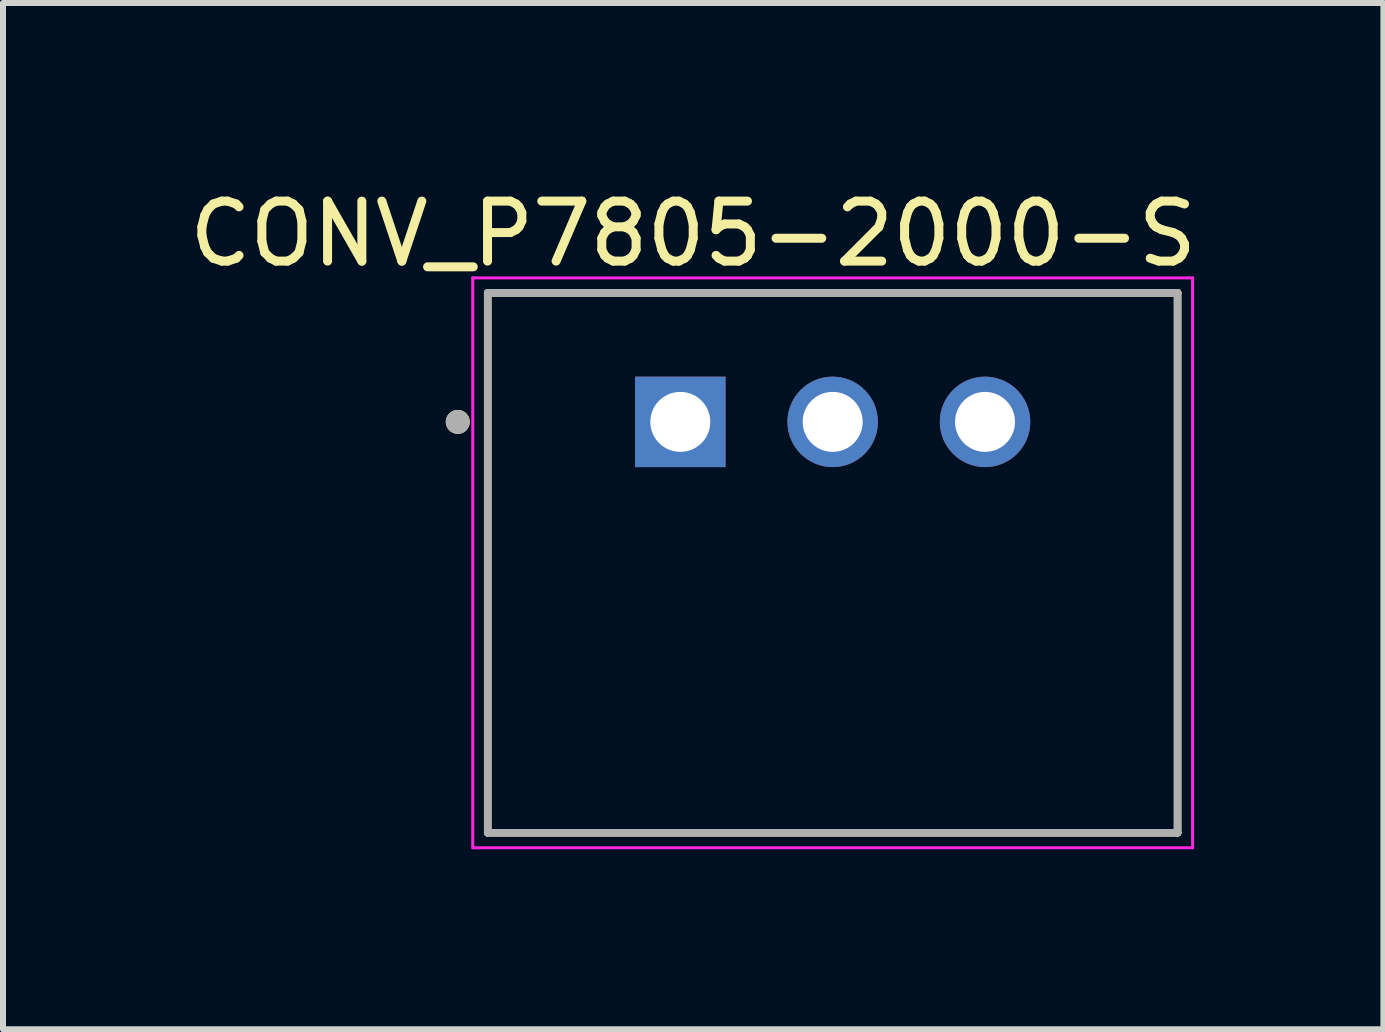
<source format=kicad_pcb>
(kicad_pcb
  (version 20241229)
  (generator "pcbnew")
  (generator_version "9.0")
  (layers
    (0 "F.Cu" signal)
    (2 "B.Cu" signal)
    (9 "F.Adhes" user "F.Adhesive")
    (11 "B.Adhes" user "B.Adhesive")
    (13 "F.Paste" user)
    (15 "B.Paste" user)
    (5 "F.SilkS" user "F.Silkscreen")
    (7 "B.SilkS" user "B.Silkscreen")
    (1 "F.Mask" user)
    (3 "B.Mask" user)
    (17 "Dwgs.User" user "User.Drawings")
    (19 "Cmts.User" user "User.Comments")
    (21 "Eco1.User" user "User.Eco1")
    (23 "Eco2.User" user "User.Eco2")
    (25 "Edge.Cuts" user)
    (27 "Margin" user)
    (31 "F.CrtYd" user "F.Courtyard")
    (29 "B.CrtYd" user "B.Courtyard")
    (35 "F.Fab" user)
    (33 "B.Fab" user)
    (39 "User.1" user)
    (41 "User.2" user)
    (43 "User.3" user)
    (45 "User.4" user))
  (footprint "CONV_P7805-2000-S"
    (layer "F.Cu")
    (at 10.831 3.983)
    (property "Reference" "CONV_P7805-2000-S" (at -2.325 -3.135 0) (layer "F.SilkS") (effects (font (size 1 1) (thickness 0.15))))
    (attr through_hole)
    (fp_line (start -5.75 -2.15) (end -5.75 6.85) (stroke (width 0.127) (type solid)) (layer "F.SilkS"))
    (fp_line (start -5.75 6.85) (end 5.75 6.85) (stroke (width 0.127) (type solid)) (layer "F.SilkS"))
    (fp_line (start 5.75 -2.15) (end -5.75 -2.15) (stroke (width 0.127) (type solid)) (layer "F.SilkS"))
    (fp_line (start 5.75 6.85) (end 5.75 -2.15) (stroke (width 0.127) (type solid)) (layer "F.SilkS"))
    (fp_circle (center -6.25 0) (end -6.15 0) (stroke (width 0.2) (type solid)) (fill no) (layer "F.SilkS"))
    (fp_line (start -6 -2.4) (end -6 7.1) (stroke (width 0.05) (type solid)) (layer "F.CrtYd"))
    (fp_line (start -6 7.1) (end 6 7.1) (stroke (width 0.05) (type solid)) (layer "F.CrtYd"))
    (fp_line (start 6 -2.4) (end -6 -2.4) (stroke (width 0.05) (type solid)) (layer "F.CrtYd"))
    (fp_line (start 6 7.1) (end 6 -2.4) (stroke (width 0.05) (type solid)) (layer "F.CrtYd"))
    (fp_line (start -5.75 -2.15) (end -5.75 6.85) (stroke (width 0.127) (type solid)) (layer "F.Fab"))
    (fp_line (start -5.75 6.85) (end 5.75 6.85) (stroke (width 0.127) (type solid)) (layer "F.Fab"))
    (fp_line (start 5.75 -2.15) (end -5.75 -2.15) (stroke (width 0.127) (type solid)) (layer "F.Fab"))
    (fp_line (start 5.75 6.85) (end 5.75 -2.15) (stroke (width 0.127) (type solid)) (layer "F.Fab"))
    (fp_circle (center -6.25 0) (end -6.15 0) (stroke (width 0.2) (type solid)) (fill no) (layer "F.Fab"))
    (pad "1" thru_hole rect (at -2.54 0) (size 1.508 1.508) (drill 1) (layers "*.Cu" "*.Mask"))
    (pad "2" thru_hole circle (at 0 0) (size 1.508 1.508) (drill 1) (layers "*.Cu" "*.Mask"))
    (pad "3" thru_hole circle (at 2.54 0) (size 1.508 1.508) (drill 1) (layers "*.Cu" "*.Mask")))
  (gr_rect
    (start -3 -3)
    (end 20.012 14.108)
    (stroke (width 0.1) (type default))
    (fill no)
    (layer "Edge.Cuts")))
</source>
